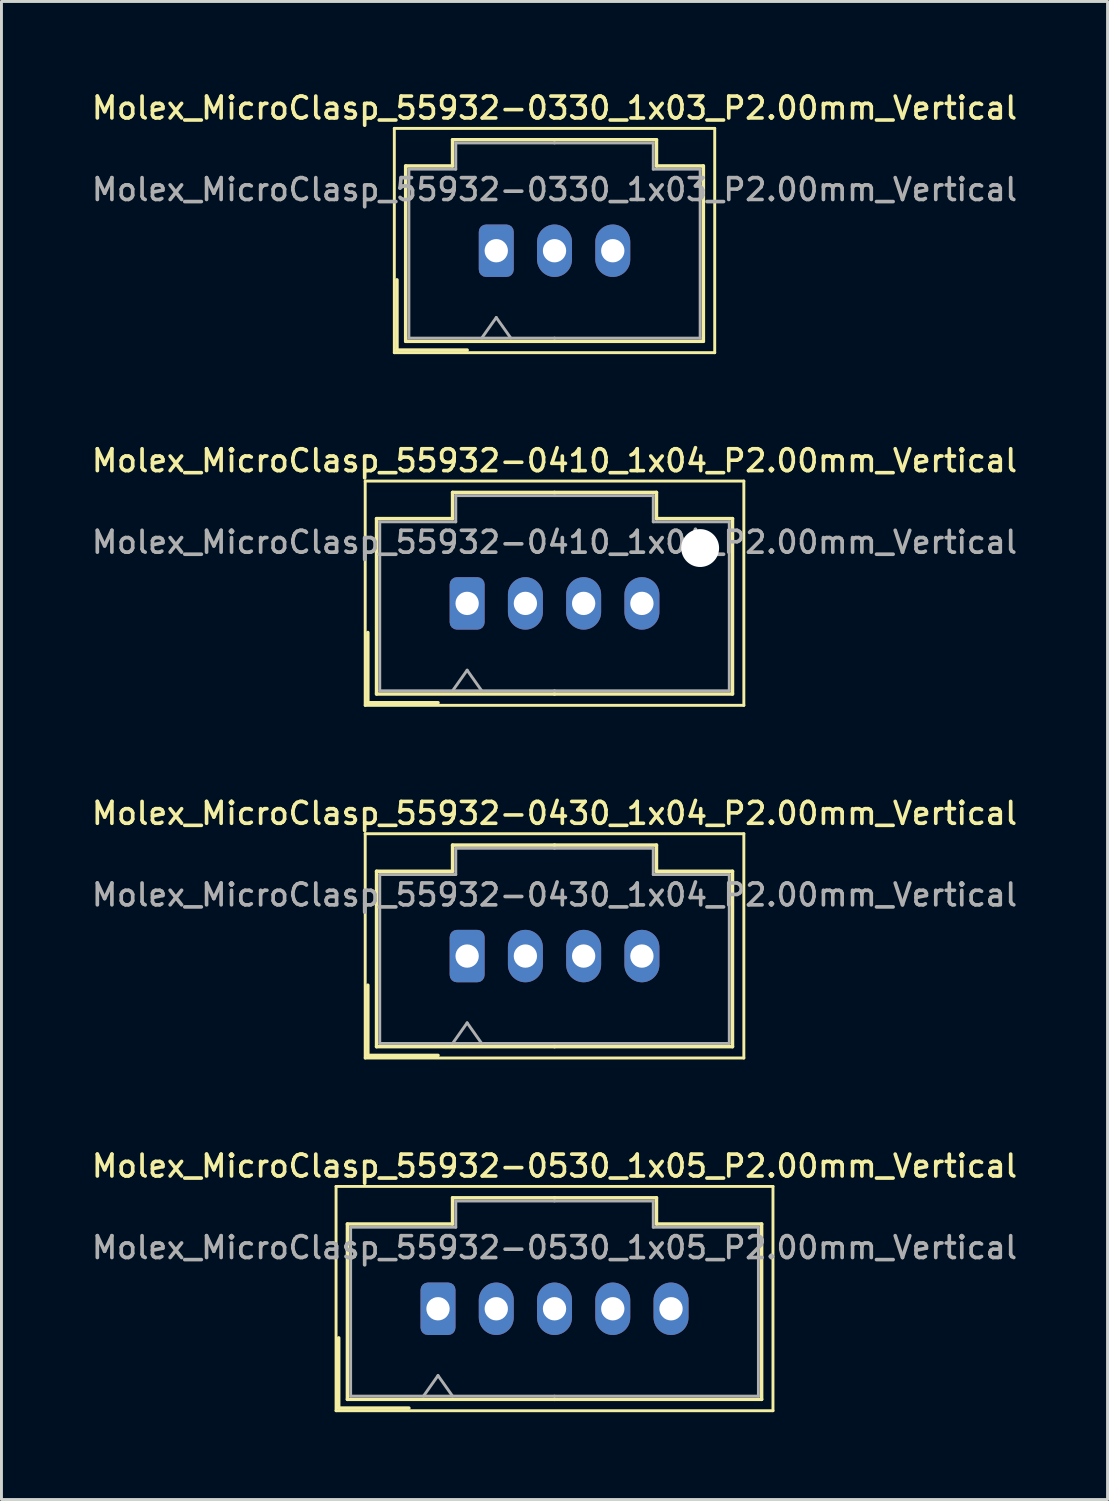
<source format=kicad_pcb>
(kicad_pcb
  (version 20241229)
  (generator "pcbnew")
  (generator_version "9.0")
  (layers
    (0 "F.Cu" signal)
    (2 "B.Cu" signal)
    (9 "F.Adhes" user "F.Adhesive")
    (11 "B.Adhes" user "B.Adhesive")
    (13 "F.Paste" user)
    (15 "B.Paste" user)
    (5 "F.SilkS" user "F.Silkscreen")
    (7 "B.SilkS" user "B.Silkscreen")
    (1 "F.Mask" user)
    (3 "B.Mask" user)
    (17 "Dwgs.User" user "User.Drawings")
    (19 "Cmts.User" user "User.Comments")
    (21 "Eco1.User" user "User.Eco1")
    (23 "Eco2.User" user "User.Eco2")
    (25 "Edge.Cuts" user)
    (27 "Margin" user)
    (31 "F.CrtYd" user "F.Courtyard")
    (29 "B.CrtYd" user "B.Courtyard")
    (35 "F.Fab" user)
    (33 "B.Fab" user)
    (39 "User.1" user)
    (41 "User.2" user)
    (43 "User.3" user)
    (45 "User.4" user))
  (footprint "Molex_MicroClasp_55932-0330_1x03_P2.00mm_Vertical"
    (layer "F.Cu")
    (at 13.988 5.558)
    (property "Reference" "Molex_MicroClasp_55932-0330_1x03_P2.00mm_Vertical" (at 2 -4.9 0) (layer "F.SilkS") (effects (font (size 0.75 0.75) (thickness 0.125))))
    (attr through_hole)
    (fp_line (start -3.5 -4.2) (end -3.5 3.5) (stroke (width 0.1) (type solid)) (layer "F.SilkS"))
    (fp_line (start -3.5 3.5) (end 7.5 3.5) (stroke (width 0.1) (type solid)) (layer "F.SilkS"))
    (fp_line (start -3.41 1) (end -3.41 3.41) (stroke (width 0.12) (type solid)) (layer "F.SilkS"))
    (fp_line (start -3.41 3.41) (end -1 3.41) (stroke (width 0.12) (type solid)) (layer "F.SilkS"))
    (fp_line (start -3.11 -2.91) (end -3.11 3.11) (stroke (width 0.12) (type solid)) (layer "F.SilkS"))
    (fp_line (start -3.11 3.11) (end 2 3.11) (stroke (width 0.12) (type solid)) (layer "F.SilkS"))
    (fp_line (start -1.5 -3.81) (end -1.5 -2.91) (stroke (width 0.12) (type solid)) (layer "F.SilkS"))
    (fp_line (start -1.5 -2.91) (end -3.11 -2.91) (stroke (width 0.12) (type solid)) (layer "F.SilkS"))
    (fp_line (start 2 -3.81) (end -1.5 -3.81) (stroke (width 0.12) (type solid)) (layer "F.SilkS"))
    (fp_line (start 2 -3.81) (end 5.5 -3.81) (stroke (width 0.12) (type solid)) (layer "F.SilkS"))
    (fp_line (start 5.5 -3.81) (end 5.5 -2.91) (stroke (width 0.12) (type solid)) (layer "F.SilkS"))
    (fp_line (start 5.5 -2.91) (end 7.11 -2.91) (stroke (width 0.12) (type solid)) (layer "F.SilkS"))
    (fp_line (start 7.11 -2.91) (end 7.11 3.11) (stroke (width 0.12) (type solid)) (layer "F.SilkS"))
    (fp_line (start 7.11 3.11) (end 2 3.11) (stroke (width 0.12) (type solid)) (layer "F.SilkS"))
    (fp_line (start 7.5 -4.2) (end -3.5 -4.2) (stroke (width 0.1) (type solid)) (layer "F.SilkS"))
    (fp_line (start 7.5 3.5) (end 7.5 -4.2) (stroke (width 0.1) (type solid)) (layer "F.SilkS"))
    (fp_line (start -3 -2.8) (end -3 3) (stroke (width 0.1) (type solid)) (layer "F.Fab"))
    (fp_line (start -3 3) (end 2 3) (stroke (width 0.1) (type solid)) (layer "F.Fab"))
    (fp_line (start -1.39 -3.7) (end -1.39 -2.8) (stroke (width 0.1) (type solid)) (layer "F.Fab"))
    (fp_line (start -1.39 -2.8) (end -3 -2.8) (stroke (width 0.1) (type solid)) (layer "F.Fab"))
    (fp_line (start -0.5 3) (end 0 2.293) (stroke (width 0.1) (type solid)) (layer "F.Fab"))
    (fp_line (start 0 2.293) (end 0.5 3) (stroke (width 0.1) (type solid)) (layer "F.Fab"))
    (fp_line (start 2 -3.7) (end -1.39 -3.7) (stroke (width 0.1) (type solid)) (layer "F.Fab"))
    (fp_line (start 2 -3.7) (end 5.39 -3.7) (stroke (width 0.1) (type solid)) (layer "F.Fab"))
    (fp_line (start 5.39 -3.7) (end 5.39 -2.8) (stroke (width 0.1) (type solid)) (layer "F.Fab"))
    (fp_line (start 5.39 -2.8) (end 7 -2.8) (stroke (width 0.1) (type solid)) (layer "F.Fab"))
    (fp_line (start 7 -2.8) (end 7 3) (stroke (width 0.1) (type solid)) (layer "F.Fab"))
    (fp_line (start 7 3) (end 2 3) (stroke (width 0.1) (type solid)) (layer "F.Fab"))
    (fp_text user "${REFERENCE}" (at 2 -2.1 0) (layer "F.Fab") (effects (font (size 0.75 0.75) (thickness 0.125))))
    (pad "1" thru_hole roundrect (at 0 0) (size 1.2 1.8) (drill 0.8) (layers "*.Cu" "*.Mask") (roundrect_rratio 0.208))
    (pad "2" thru_hole oval (at 2 0) (size 1.2 1.8) (drill 0.8) (layers "*.Cu" "*.Mask"))
    (pad "3" thru_hole oval (at 4 0) (size 1.2 1.8) (drill 0.8) (layers "*.Cu" "*.Mask")))
  (footprint "Molex_MicroClasp_55932-0530_1x05_P2.00mm_Vertical"
    (layer "F.Cu")
    (at 11.988 41.883)
    (property "Reference" "Molex_MicroClasp_55932-0530_1x05_P2.00mm_Vertical" (at 4 -4.9 0) (layer "F.SilkS") (effects (font (size 0.75 0.75) (thickness 0.125))))
    (attr through_hole)
    (fp_line (start -3.5 -4.2) (end -3.5 3.5) (stroke (width 0.1) (type solid)) (layer "F.SilkS"))
    (fp_line (start -3.5 3.5) (end 11.5 3.5) (stroke (width 0.1) (type solid)) (layer "F.SilkS"))
    (fp_line (start -3.41 1) (end -3.41 3.41) (stroke (width 0.12) (type solid)) (layer "F.SilkS"))
    (fp_line (start -3.41 3.41) (end -1 3.41) (stroke (width 0.12) (type solid)) (layer "F.SilkS"))
    (fp_line (start -3.11 -2.91) (end -3.11 3.11) (stroke (width 0.12) (type solid)) (layer "F.SilkS"))
    (fp_line (start -3.11 3.11) (end 4 3.11) (stroke (width 0.12) (type solid)) (layer "F.SilkS"))
    (fp_line (start 0.5 -3.81) (end 0.5 -2.91) (stroke (width 0.12) (type solid)) (layer "F.SilkS"))
    (fp_line (start 0.5 -2.91) (end -3.11 -2.91) (stroke (width 0.12) (type solid)) (layer "F.SilkS"))
    (fp_line (start 4 -3.81) (end 0.5 -3.81) (stroke (width 0.12) (type solid)) (layer "F.SilkS"))
    (fp_line (start 4 -3.81) (end 7.5 -3.81) (stroke (width 0.12) (type solid)) (layer "F.SilkS"))
    (fp_line (start 7.5 -3.81) (end 7.5 -2.91) (stroke (width 0.12) (type solid)) (layer "F.SilkS"))
    (fp_line (start 7.5 -2.91) (end 11.11 -2.91) (stroke (width 0.12) (type solid)) (layer "F.SilkS"))
    (fp_line (start 11.11 -2.91) (end 11.11 3.11) (stroke (width 0.12) (type solid)) (layer "F.SilkS"))
    (fp_line (start 11.11 3.11) (end 4 3.11) (stroke (width 0.12) (type solid)) (layer "F.SilkS"))
    (fp_line (start 11.5 -4.2) (end -3.5 -4.2) (stroke (width 0.1) (type solid)) (layer "F.SilkS"))
    (fp_line (start 11.5 3.5) (end 11.5 -4.2) (stroke (width 0.1) (type solid)) (layer "F.SilkS"))
    (fp_line (start -3 -2.8) (end -3 3) (stroke (width 0.1) (type solid)) (layer "F.Fab"))
    (fp_line (start -3 3) (end 4 3) (stroke (width 0.1) (type solid)) (layer "F.Fab"))
    (fp_line (start -0.5 3) (end 0 2.293) (stroke (width 0.1) (type solid)) (layer "F.Fab"))
    (fp_line (start 0 2.293) (end 0.5 3) (stroke (width 0.1) (type solid)) (layer "F.Fab"))
    (fp_line (start 0.61 -3.7) (end 0.61 -2.8) (stroke (width 0.1) (type solid)) (layer "F.Fab"))
    (fp_line (start 0.61 -2.8) (end -3 -2.8) (stroke (width 0.1) (type solid)) (layer "F.Fab"))
    (fp_line (start 4 -3.7) (end 0.61 -3.7) (stroke (width 0.1) (type solid)) (layer "F.Fab"))
    (fp_line (start 4 -3.7) (end 7.39 -3.7) (stroke (width 0.1) (type solid)) (layer "F.Fab"))
    (fp_line (start 7.39 -3.7) (end 7.39 -2.8) (stroke (width 0.1) (type solid)) (layer "F.Fab"))
    (fp_line (start 7.39 -2.8) (end 11 -2.8) (stroke (width 0.1) (type solid)) (layer "F.Fab"))
    (fp_line (start 11 -2.8) (end 11 3) (stroke (width 0.1) (type solid)) (layer "F.Fab"))
    (fp_line (start 11 3) (end 4 3) (stroke (width 0.1) (type solid)) (layer "F.Fab"))
    (fp_text user "${REFERENCE}" (at 4 -2.1 0) (layer "F.Fab") (effects (font (size 0.75 0.75) (thickness 0.125))))
    (pad "1" thru_hole roundrect (at 0 0) (size 1.2 1.8) (drill 0.8) (layers "*.Cu" "*.Mask") (roundrect_rratio 0.208))
    (pad "2" thru_hole oval (at 2 0) (size 1.2 1.8) (drill 0.8) (layers "*.Cu" "*.Mask"))
    (pad "3" thru_hole oval (at 4 0) (size 1.2 1.8) (drill 0.8) (layers "*.Cu" "*.Mask"))
    (pad "4" thru_hole oval (at 6 0) (size 1.2 1.8) (drill 0.8) (layers "*.Cu" "*.Mask"))
    (pad "5" thru_hole oval (at 8 0) (size 1.2 1.8) (drill 0.8) (layers "*.Cu" "*.Mask")))
  (footprint "Molex_MicroClasp_55932-0430_1x04_P2.00mm_Vertical"
    (layer "F.Cu")
    (at 12.988 29.774)
    (property "Reference" "Molex_MicroClasp_55932-0430_1x04_P2.00mm_Vertical" (at 3 -4.9 0) (layer "F.SilkS") (effects (font (size 0.75 0.75) (thickness 0.125))))
    (attr through_hole)
    (fp_line (start -3.5 -4.2) (end -3.5 3.5) (stroke (width 0.1) (type solid)) (layer "F.SilkS"))
    (fp_line (start -3.5 3.5) (end 9.5 3.5) (stroke (width 0.1) (type solid)) (layer "F.SilkS"))
    (fp_line (start -3.41 1) (end -3.41 3.41) (stroke (width 0.12) (type solid)) (layer "F.SilkS"))
    (fp_line (start -3.41 3.41) (end -1 3.41) (stroke (width 0.12) (type solid)) (layer "F.SilkS"))
    (fp_line (start -3.11 -2.91) (end -3.11 3.11) (stroke (width 0.12) (type solid)) (layer "F.SilkS"))
    (fp_line (start -3.11 3.11) (end 3 3.11) (stroke (width 0.12) (type solid)) (layer "F.SilkS"))
    (fp_line (start -0.5 -3.81) (end -0.5 -2.91) (stroke (width 0.12) (type solid)) (layer "F.SilkS"))
    (fp_line (start -0.5 -2.91) (end -3.11 -2.91) (stroke (width 0.12) (type solid)) (layer "F.SilkS"))
    (fp_line (start 3 -3.81) (end -0.5 -3.81) (stroke (width 0.12) (type solid)) (layer "F.SilkS"))
    (fp_line (start 3 -3.81) (end 6.5 -3.81) (stroke (width 0.12) (type solid)) (layer "F.SilkS"))
    (fp_line (start 6.5 -3.81) (end 6.5 -2.91) (stroke (width 0.12) (type solid)) (layer "F.SilkS"))
    (fp_line (start 6.5 -2.91) (end 9.11 -2.91) (stroke (width 0.12) (type solid)) (layer "F.SilkS"))
    (fp_line (start 9.11 -2.91) (end 9.11 3.11) (stroke (width 0.12) (type solid)) (layer "F.SilkS"))
    (fp_line (start 9.11 3.11) (end 3 3.11) (stroke (width 0.12) (type solid)) (layer "F.SilkS"))
    (fp_line (start 9.5 -4.2) (end -3.5 -4.2) (stroke (width 0.1) (type solid)) (layer "F.SilkS"))
    (fp_line (start 9.5 3.5) (end 9.5 -4.2) (stroke (width 0.1) (type solid)) (layer "F.SilkS"))
    (fp_line (start -3 -2.8) (end -3 3) (stroke (width 0.1) (type solid)) (layer "F.Fab"))
    (fp_line (start -3 3) (end 3 3) (stroke (width 0.1) (type solid)) (layer "F.Fab"))
    (fp_line (start -0.5 3) (end 0 2.293) (stroke (width 0.1) (type solid)) (layer "F.Fab"))
    (fp_line (start -0.39 -3.7) (end -0.39 -2.8) (stroke (width 0.1) (type solid)) (layer "F.Fab"))
    (fp_line (start -0.39 -2.8) (end -3 -2.8) (stroke (width 0.1) (type solid)) (layer "F.Fab"))
    (fp_line (start 0 2.293) (end 0.5 3) (stroke (width 0.1) (type solid)) (layer "F.Fab"))
    (fp_line (start 3 -3.7) (end -0.39 -3.7) (stroke (width 0.1) (type solid)) (layer "F.Fab"))
    (fp_line (start 3 -3.7) (end 6.39 -3.7) (stroke (width 0.1) (type solid)) (layer "F.Fab"))
    (fp_line (start 6.39 -3.7) (end 6.39 -2.8) (stroke (width 0.1) (type solid)) (layer "F.Fab"))
    (fp_line (start 6.39 -2.8) (end 9 -2.8) (stroke (width 0.1) (type solid)) (layer "F.Fab"))
    (fp_line (start 9 -2.8) (end 9 3) (stroke (width 0.1) (type solid)) (layer "F.Fab"))
    (fp_line (start 9 3) (end 3 3) (stroke (width 0.1) (type solid)) (layer "F.Fab"))
    (fp_text user "${REFERENCE}" (at 3 -2.1 0) (layer "F.Fab") (effects (font (size 0.75 0.75) (thickness 0.125))))
    (pad "1" thru_hole roundrect (at 0 0) (size 1.2 1.8) (drill 0.8) (layers "*.Cu" "*.Mask") (roundrect_rratio 0.208))
    (pad "2" thru_hole oval (at 2 0) (size 1.2 1.8) (drill 0.8) (layers "*.Cu" "*.Mask"))
    (pad "3" thru_hole oval (at 4 0) (size 1.2 1.8) (drill 0.8) (layers "*.Cu" "*.Mask"))
    (pad "4" thru_hole oval (at 6 0) (size 1.2 1.8) (drill 0.8) (layers "*.Cu" "*.Mask")))
  (footprint "Molex_MicroClasp_55932-0410_1x04_P2.00mm_Vertical"
    (layer "F.Cu")
    (at 12.988 17.666)
    (property "Reference" "Molex_MicroClasp_55932-0410_1x04_P2.00mm_Vertical" (at 3 -4.9 0) (layer "F.SilkS") (effects (font (size 0.75 0.75) (thickness 0.125))))
    (attr through_hole)
    (fp_line (start -3.5 -4.2) (end -3.5 3.5) (stroke (width 0.1) (type solid)) (layer "F.SilkS"))
    (fp_line (start -3.5 3.5) (end 9.5 3.5) (stroke (width 0.1) (type solid)) (layer "F.SilkS"))
    (fp_line (start -3.41 1) (end -3.41 3.41) (stroke (width 0.12) (type solid)) (layer "F.SilkS"))
    (fp_line (start -3.41 3.41) (end -1 3.41) (stroke (width 0.12) (type solid)) (layer "F.SilkS"))
    (fp_line (start -3.11 -2.91) (end -3.11 3.11) (stroke (width 0.12) (type solid)) (layer "F.SilkS"))
    (fp_line (start -3.11 3.11) (end 3 3.11) (stroke (width 0.12) (type solid)) (layer "F.SilkS"))
    (fp_line (start -0.5 -3.81) (end -0.5 -2.91) (stroke (width 0.12) (type solid)) (layer "F.SilkS"))
    (fp_line (start -0.5 -2.91) (end -3.11 -2.91) (stroke (width 0.12) (type solid)) (layer "F.SilkS"))
    (fp_line (start 3 -3.81) (end -0.5 -3.81) (stroke (width 0.12) (type solid)) (layer "F.SilkS"))
    (fp_line (start 3 -3.81) (end 6.5 -3.81) (stroke (width 0.12) (type solid)) (layer "F.SilkS"))
    (fp_line (start 6.5 -3.81) (end 6.5 -2.91) (stroke (width 0.12) (type solid)) (layer "F.SilkS"))
    (fp_line (start 6.5 -2.91) (end 9.11 -2.91) (stroke (width 0.12) (type solid)) (layer "F.SilkS"))
    (fp_line (start 9.11 -2.91) (end 9.11 3.11) (stroke (width 0.12) (type solid)) (layer "F.SilkS"))
    (fp_line (start 9.11 3.11) (end 3 3.11) (stroke (width 0.12) (type solid)) (layer "F.SilkS"))
    (fp_line (start 9.5 -4.2) (end -3.5 -4.2) (stroke (width 0.1) (type solid)) (layer "F.SilkS"))
    (fp_line (start 9.5 3.5) (end 9.5 -4.2) (stroke (width 0.1) (type solid)) (layer "F.SilkS"))
    (fp_line (start -3 -2.8) (end -3 3) (stroke (width 0.1) (type solid)) (layer "F.Fab"))
    (fp_line (start -3 3) (end 3 3) (stroke (width 0.1) (type solid)) (layer "F.Fab"))
    (fp_line (start -0.5 3) (end 0 2.293) (stroke (width 0.1) (type solid)) (layer "F.Fab"))
    (fp_line (start -0.39 -3.7) (end -0.39 -2.8) (stroke (width 0.1) (type solid)) (layer "F.Fab"))
    (fp_line (start -0.39 -2.8) (end -3 -2.8) (stroke (width 0.1) (type solid)) (layer "F.Fab"))
    (fp_line (start 0 2.293) (end 0.5 3) (stroke (width 0.1) (type solid)) (layer "F.Fab"))
    (fp_line (start 3 -3.7) (end -0.39 -3.7) (stroke (width 0.1) (type solid)) (layer "F.Fab"))
    (fp_line (start 3 -3.7) (end 6.39 -3.7) (stroke (width 0.1) (type solid)) (layer "F.Fab"))
    (fp_line (start 6.39 -3.7) (end 6.39 -2.8) (stroke (width 0.1) (type solid)) (layer "F.Fab"))
    (fp_line (start 6.39 -2.8) (end 9 -2.8) (stroke (width 0.1) (type solid)) (layer "F.Fab"))
    (fp_line (start 9 -2.8) (end 9 3) (stroke (width 0.1) (type solid)) (layer "F.Fab"))
    (fp_line (start 9 3) (end 3 3) (stroke (width 0.1) (type solid)) (layer "F.Fab"))
    (fp_text user "${REFERENCE}" (at 3 -2.1 0) (layer "F.Fab") (effects (font (size 0.75 0.75) (thickness 0.125))))
    (pad "" np_thru_hole circle (at 8 -1.9) (size 1.3 1.3) (drill 1.3) (layers "*.Cu" "*.Mask"))
    (pad "1" thru_hole roundrect (at 0 0) (size 1.2 1.8) (drill 0.8) (layers "*.Cu" "*.Mask") (roundrect_rratio 0.208))
    (pad "2" thru_hole oval (at 2 0) (size 1.2 1.8) (drill 0.8) (layers "*.Cu" "*.Mask"))
    (pad "3" thru_hole oval (at 4 0) (size 1.2 1.8) (drill 0.8) (layers "*.Cu" "*.Mask"))
    (pad "4" thru_hole oval (at 6 0) (size 1.2 1.8) (drill 0.8) (layers "*.Cu" "*.Mask")))
  (gr_rect
    (start -3 -3)
    (end 34.975 48.432)
    (stroke (width 0.1) (type default))
    (fill no)
    (layer "Edge.Cuts")))
</source>
